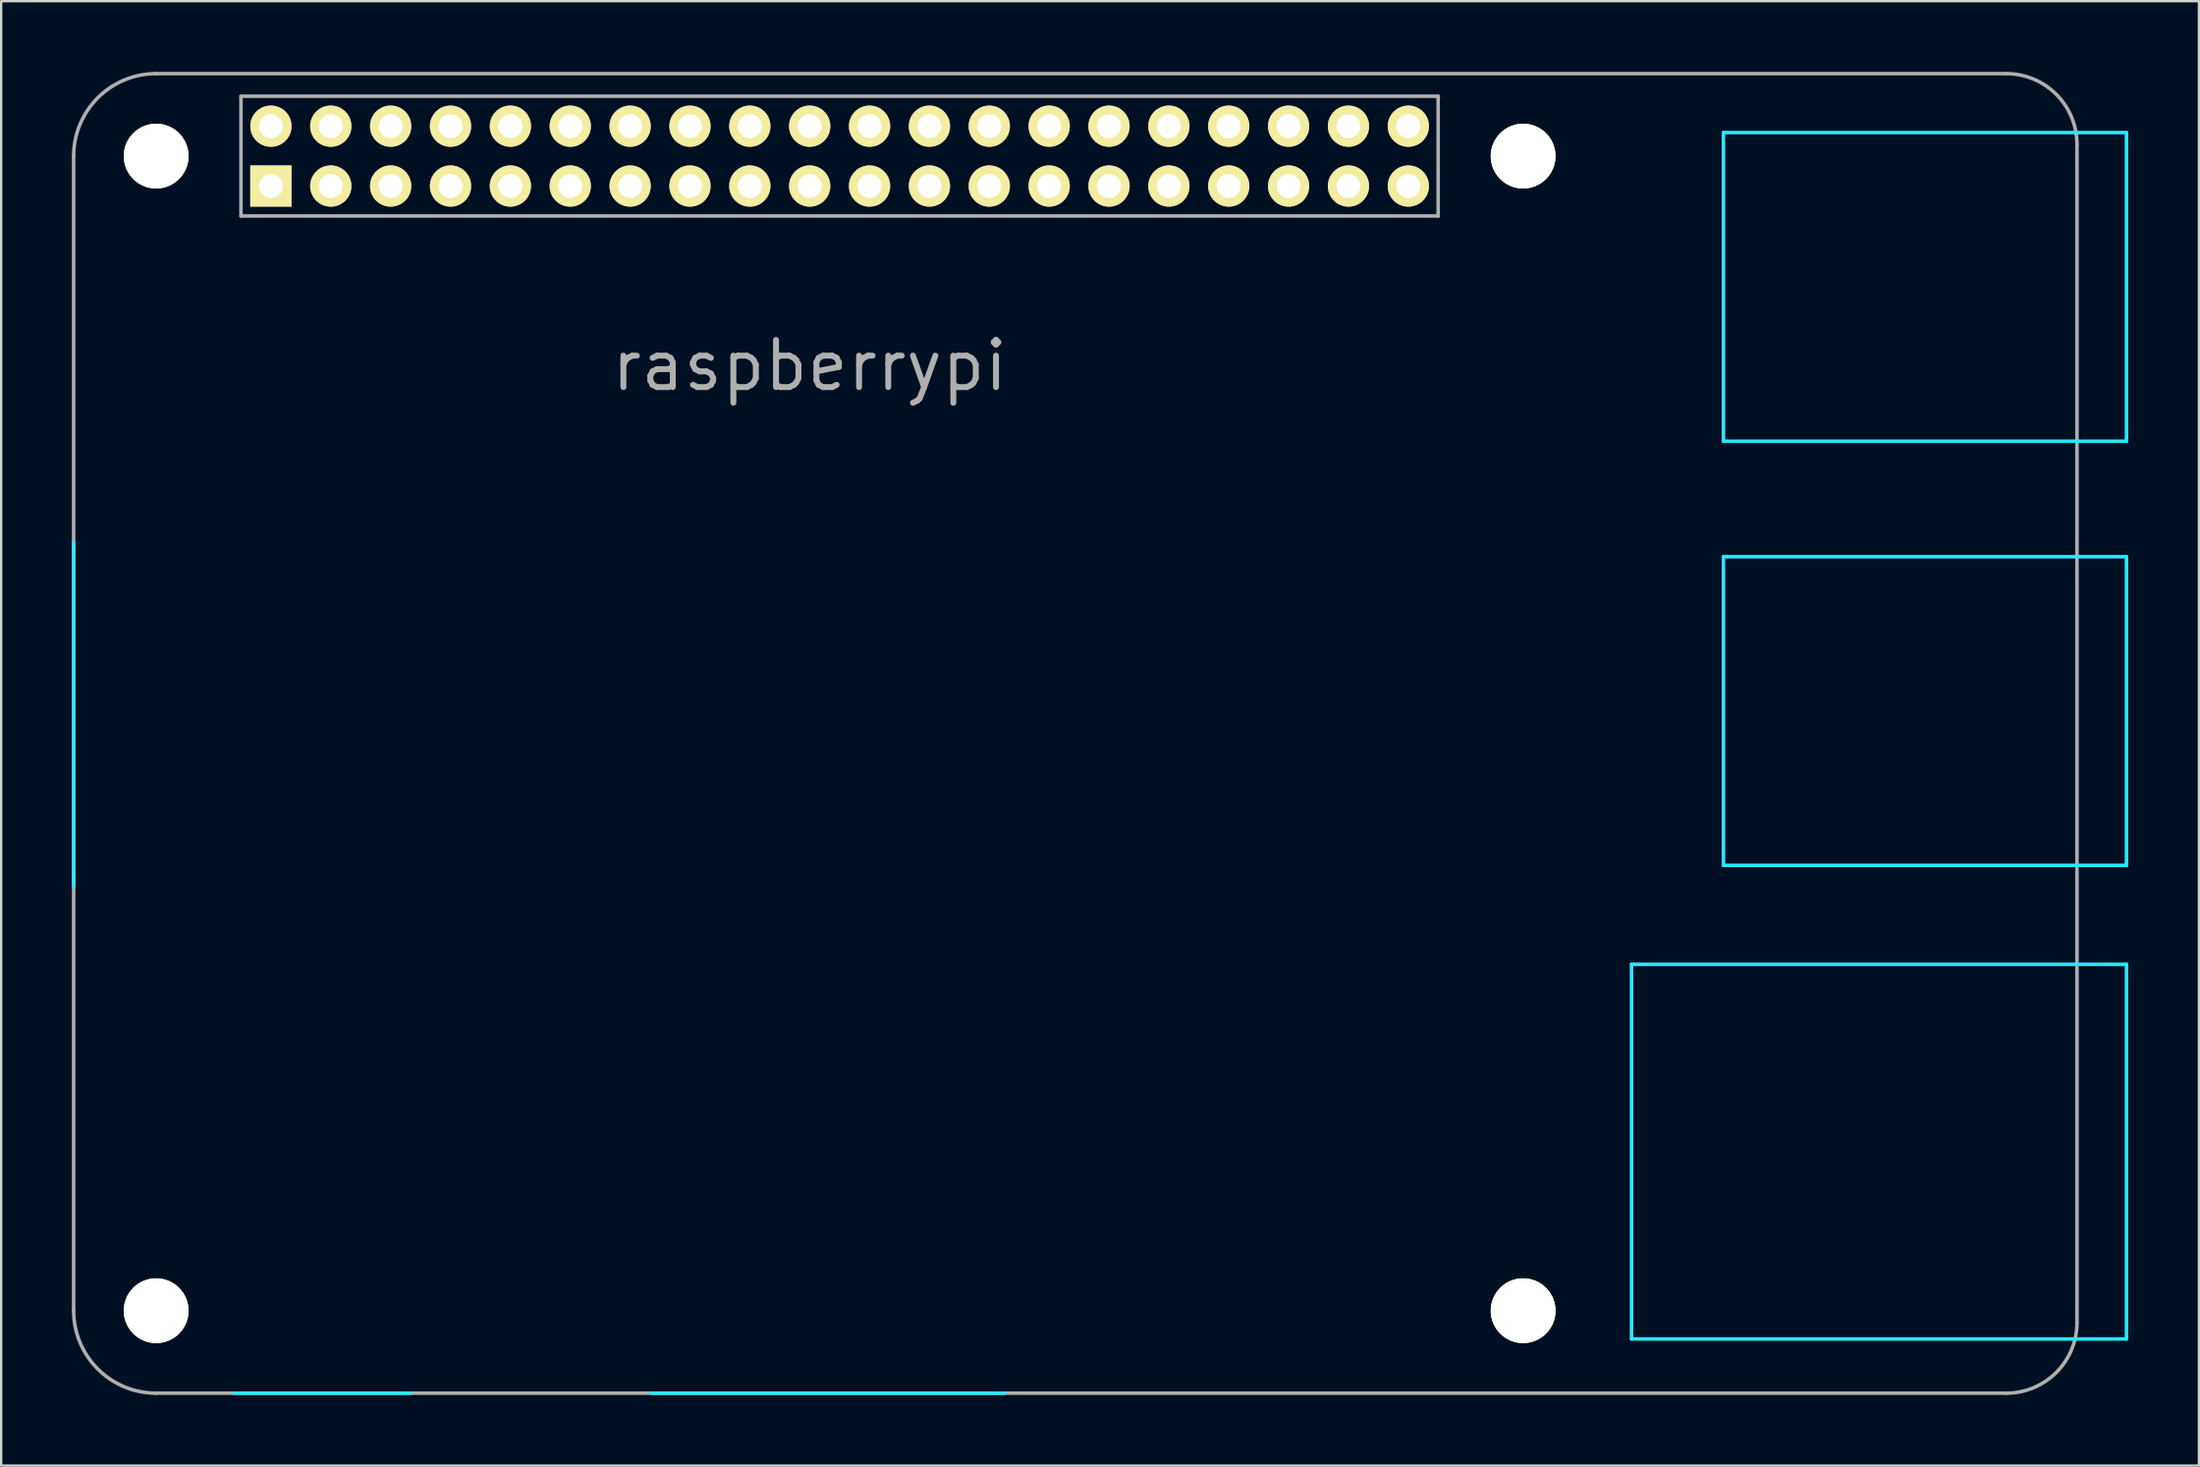
<source format=kicad_pcb>
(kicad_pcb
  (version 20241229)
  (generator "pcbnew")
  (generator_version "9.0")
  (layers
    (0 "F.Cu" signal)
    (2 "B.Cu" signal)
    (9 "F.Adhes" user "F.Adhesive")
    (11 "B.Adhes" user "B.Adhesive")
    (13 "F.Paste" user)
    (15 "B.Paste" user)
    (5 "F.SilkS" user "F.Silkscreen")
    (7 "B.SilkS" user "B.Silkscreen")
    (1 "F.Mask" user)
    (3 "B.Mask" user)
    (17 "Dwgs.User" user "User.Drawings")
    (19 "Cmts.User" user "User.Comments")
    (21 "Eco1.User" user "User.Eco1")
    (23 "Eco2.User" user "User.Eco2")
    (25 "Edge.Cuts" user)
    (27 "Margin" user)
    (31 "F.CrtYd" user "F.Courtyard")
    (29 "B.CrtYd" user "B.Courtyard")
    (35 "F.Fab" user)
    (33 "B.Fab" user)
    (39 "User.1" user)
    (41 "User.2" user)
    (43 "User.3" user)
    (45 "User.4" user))
  (footprint "raspberrypi"
    (layer "F.Cu")
    (at 32.575 3.575)
    (property "Reference" "raspberrypi" (at -1.27 8.89 0) (layer "F.Fab") (effects (font (size 2 2) (thickness 0.25))))
    (attr through_hole)
    (fp_line (start -32.5 16.4) (end -32.5 31) (stroke (width 0.15) (type solid)) (layer "B.CrtYd"))
    (fp_line (start -18.2 52.5) (end -25.7 52.5) (stroke (width 0.15) (type solid)) (layer "B.CrtYd"))
    (fp_line (start 7 52.5) (end -8 52.5) (stroke (width 0.15) (type solid)) (layer "B.CrtYd"))
    (fp_line (start 33.6 34.3) (end 54.6 34.3) (stroke (width 0.15) (type solid)) (layer "B.CrtYd"))
    (fp_line (start 33.6 50.2) (end 33.6 34.3) (stroke (width 0.15) (type solid)) (layer "B.CrtYd"))
    (fp_line (start 37.5 -1) (end 37.5 12.1) (stroke (width 0.15) (type solid)) (layer "B.CrtYd"))
    (fp_line (start 37.5 -1) (end 54.6 -1) (stroke (width 0.15) (type solid)) (layer "B.CrtYd"))
    (fp_line (start 37.5 17) (end 54.6 17) (stroke (width 0.15) (type solid)) (layer "B.CrtYd"))
    (fp_line (start 37.5 30.1) (end 37.5 17) (stroke (width 0.15) (type solid)) (layer "B.CrtYd"))
    (fp_line (start 54.6 12.1) (end 37.5 12.1) (stroke (width 0.15) (type solid)) (layer "B.CrtYd"))
    (fp_line (start 54.6 12.1) (end 54.6 -1) (stroke (width 0.15) (type solid)) (layer "B.CrtYd"))
    (fp_line (start 54.6 30.1) (end 37.5 30.1) (stroke (width 0.15) (type solid)) (layer "B.CrtYd"))
    (fp_line (start 54.6 30.1) (end 54.6 17) (stroke (width 0.15) (type solid)) (layer "B.CrtYd"))
    (fp_line (start 54.6 50.2) (end 33.6 50.2) (stroke (width 0.15) (type solid)) (layer "B.CrtYd"))
    (fp_line (start 54.6 50.2) (end 54.6 34.3) (stroke (width 0.15) (type solid)) (layer "B.CrtYd"))
    (fp_line (start -32.5 49) (end -32.5 0) (stroke (width 0.15) (type solid)) (layer "F.Fab"))
    (fp_line (start -29 52.5) (end 49.5 52.5) (stroke (width 0.15) (type solid)) (layer "F.Fab"))
    (fp_line (start -25.4 -2.54) (end -25.4 2.54) (stroke (width 0.15) (type solid)) (layer "F.Fab"))
    (fp_line (start -25.4 -2.54) (end 25.4 -2.54) (stroke (width 0.15) (type solid)) (layer "F.Fab"))
    (fp_line (start 25.395 2.54) (end 25.395 -2.54) (stroke (width 0.15) (type solid)) (layer "F.Fab"))
    (fp_line (start 25.4 2.54) (end -25.4 2.54) (stroke (width 0.15) (type solid)) (layer "F.Fab"))
    (fp_line (start 49.5 -3.5) (end -29 -3.5) (stroke (width 0.15) (type solid)) (layer "F.Fab"))
    (fp_line (start 52.5 49.5) (end 52.5 -0.5) (stroke (width 0.15) (type solid)) (layer "F.Fab"))
    (fp_arc (start -32.5 0) (mid -31.474874 -2.474874) (end -29 -3.5) (stroke (width 0.15) (type solid)) (layer "F.Fab"))
    (fp_arc (start -29 52.5) (mid -31.474874 51.474874) (end -32.5 49) (stroke (width 0.15) (type solid)) (layer "F.Fab"))
    (fp_arc (start 49.5 -3.5) (mid 51.62132 -2.62132) (end 52.5 -0.5) (stroke (width 0.15) (type solid)) (layer "F.Fab"))
    (fp_arc (start 52.5 49.5) (mid 51.62132 51.62132) (end 49.5 52.5) (stroke (width 0.15) (type solid)) (layer "F.Fab"))
    (pad "" np_thru_hole circle (at -29 0) (size 2.75 2.75) (drill 2.75) (layers "*.Cu" "*.Mask" "F.SilkS"))
    (pad "" np_thru_hole circle (at -29 49) (size 2.75 2.75) (drill 2.75) (layers "*.Cu" "*.Mask" "F.SilkS"))
    (pad "" np_thru_hole circle (at 29 0) (size 2.75 2.75) (drill 2.75) (layers "*.Cu" "*.Mask" "F.SilkS"))
    (pad "" np_thru_hole circle (at 29 49) (size 2.75 2.75) (drill 2.75) (layers "*.Cu" "*.Mask" "F.SilkS"))
    (pad "1" thru_hole rect (at -24.13 1.27) (size 1.75 1.75) (drill 1.016) (layers "*.Cu" "*.Mask" "F.SilkS"))
    (pad "2" thru_hole circle (at -24.13 -1.27) (size 1.75 1.75) (drill 1.016) (layers "*.Cu" "*.Mask" "F.SilkS"))
    (pad "3" thru_hole circle (at -21.59 1.27) (size 1.75 1.75) (drill 1.016) (layers "*.Cu" "*.Mask" "F.SilkS"))
    (pad "4" thru_hole circle (at -21.59 -1.27) (size 1.75 1.75) (drill 1.016) (layers "*.Cu" "*.Mask" "F.SilkS"))
    (pad "5" thru_hole circle (at -19.05 1.27) (size 1.75 1.75) (drill 1.016) (layers "*.Cu" "*.Mask" "F.SilkS"))
    (pad "6" thru_hole circle (at -19.05 -1.27) (size 1.75 1.75) (drill 1.016) (layers "*.Cu" "*.Mask" "F.SilkS"))
    (pad "7" thru_hole circle (at -16.51 1.27) (size 1.75 1.75) (drill 1.016) (layers "*.Cu" "*.Mask" "F.SilkS"))
    (pad "8" thru_hole circle (at -16.51 -1.27) (size 1.75 1.75) (drill 1.016) (layers "*.Cu" "*.Mask" "F.SilkS"))
    (pad "9" thru_hole circle (at -13.97 1.27) (size 1.75 1.75) (drill 1.016) (layers "*.Cu" "*.Mask" "F.SilkS"))
    (pad "10" thru_hole circle (at -13.97 -1.27) (size 1.75 1.75) (drill 1.016) (layers "*.Cu" "*.Mask" "F.SilkS"))
    (pad "11" thru_hole circle (at -11.43 1.27) (size 1.75 1.75) (drill 1.016) (layers "*.Cu" "*.Mask" "F.SilkS"))
    (pad "12" thru_hole circle (at -11.43 -1.27) (size 1.75 1.75) (drill 1.016) (layers "*.Cu" "*.Mask" "F.SilkS"))
    (pad "13" thru_hole circle (at -8.89 1.27) (size 1.75 1.75) (drill 1.016) (layers "*.Cu" "*.Mask" "F.SilkS"))
    (pad "14" thru_hole circle (at -8.89 -1.27) (size 1.75 1.75) (drill 1.016) (layers "*.Cu" "*.Mask" "F.SilkS"))
    (pad "15" thru_hole circle (at -6.35 1.27) (size 1.75 1.75) (drill 1.016) (layers "*.Cu" "*.Mask" "F.SilkS"))
    (pad "16" thru_hole circle (at -6.35 -1.27) (size 1.75 1.75) (drill 1.016) (layers "*.Cu" "*.Mask" "F.SilkS"))
    (pad "17" thru_hole circle (at -3.81 1.27) (size 1.75 1.75) (drill 1.016) (layers "*.Cu" "*.Mask" "F.SilkS"))
    (pad "18" thru_hole circle (at -3.81 -1.27) (size 1.75 1.75) (drill 1.016) (layers "*.Cu" "*.Mask" "F.SilkS"))
    (pad "19" thru_hole circle (at -1.27 1.27) (size 1.75 1.75) (drill 1.016) (layers "*.Cu" "*.Mask" "F.SilkS"))
    (pad "20" thru_hole circle (at -1.27 -1.27) (size 1.75 1.75) (drill 1.016) (layers "*.Cu" "*.Mask" "F.SilkS"))
    (pad "21" thru_hole circle (at 1.27 1.27) (size 1.75 1.75) (drill 1.016) (layers "*.Cu" "*.Mask" "F.SilkS"))
    (pad "22" thru_hole circle (at 1.27 -1.27) (size 1.75 1.75) (drill 1.016) (layers "*.Cu" "*.Mask" "F.SilkS"))
    (pad "23" thru_hole circle (at 3.81 1.27) (size 1.75 1.75) (drill 1.016) (layers "*.Cu" "*.Mask" "F.SilkS"))
    (pad "24" thru_hole circle (at 3.81 -1.27) (size 1.75 1.75) (drill 1.016) (layers "*.Cu" "*.Mask" "F.SilkS"))
    (pad "25" thru_hole circle (at 6.35 1.27) (size 1.75 1.75) (drill 1.016) (layers "*.Cu" "*.Mask" "F.SilkS"))
    (pad "26" thru_hole circle (at 6.35 -1.27) (size 1.75 1.75) (drill 1.016) (layers "*.Cu" "*.Mask" "F.SilkS"))
    (pad "27" thru_hole circle (at 8.89 1.27) (size 1.75 1.75) (drill 1.016) (layers "*.Cu" "*.Mask" "F.SilkS"))
    (pad "28" thru_hole circle (at 8.89 -1.27) (size 1.75 1.75) (drill 1.016) (layers "*.Cu" "*.Mask" "F.SilkS"))
    (pad "29" thru_hole circle (at 11.43 1.27) (size 1.75 1.75) (drill 1.016) (layers "*.Cu" "*.Mask" "F.SilkS"))
    (pad "30" thru_hole circle (at 11.43 -1.27) (size 1.75 1.75) (drill 1.016) (layers "*.Cu" "*.Mask" "F.SilkS"))
    (pad "31" thru_hole circle (at 13.97 1.27) (size 1.75 1.75) (drill 1.016) (layers "*.Cu" "*.Mask" "F.SilkS"))
    (pad "32" thru_hole circle (at 13.97 -1.27) (size 1.75 1.75) (drill 1.016) (layers "*.Cu" "*.Mask" "F.SilkS"))
    (pad "33" thru_hole circle (at 16.51 1.27) (size 1.75 1.75) (drill 1.016) (layers "*.Cu" "*.Mask" "F.SilkS"))
    (pad "34" thru_hole circle (at 16.51 -1.27) (size 1.75 1.75) (drill 1.016) (layers "*.Cu" "*.Mask" "F.SilkS"))
    (pad "35" thru_hole circle (at 19.05 1.27) (size 1.75 1.75) (drill 1.016) (layers "*.Cu" "*.Mask" "F.SilkS"))
    (pad "36" thru_hole circle (at 19.05 -1.27) (size 1.75 1.75) (drill 1.016) (layers "*.Cu" "*.Mask" "F.SilkS"))
    (pad "37" thru_hole circle (at 21.59 1.27) (size 1.75 1.75) (drill 1.016) (layers "*.Cu" "*.Mask" "F.SilkS"))
    (pad "38" thru_hole circle (at 21.59 -1.27) (size 1.75 1.75) (drill 1.016) (layers "*.Cu" "*.Mask" "F.SilkS"))
    (pad "39" thru_hole circle (at 24.13 1.27) (size 1.75 1.75) (drill 1.016) (layers "*.Cu" "*.Mask" "F.SilkS"))
    (pad "40" thru_hole circle (at 24.13 -1.27) (size 1.75 1.75) (drill 1.016) (layers "*.Cu" "*.Mask" "F.SilkS")))
  (gr_rect
    (start -3 -3)
    (end 90.25 59.15)
    (stroke (width 0.1) (type default))
    (fill no)
    (layer "Edge.Cuts")))
</source>
